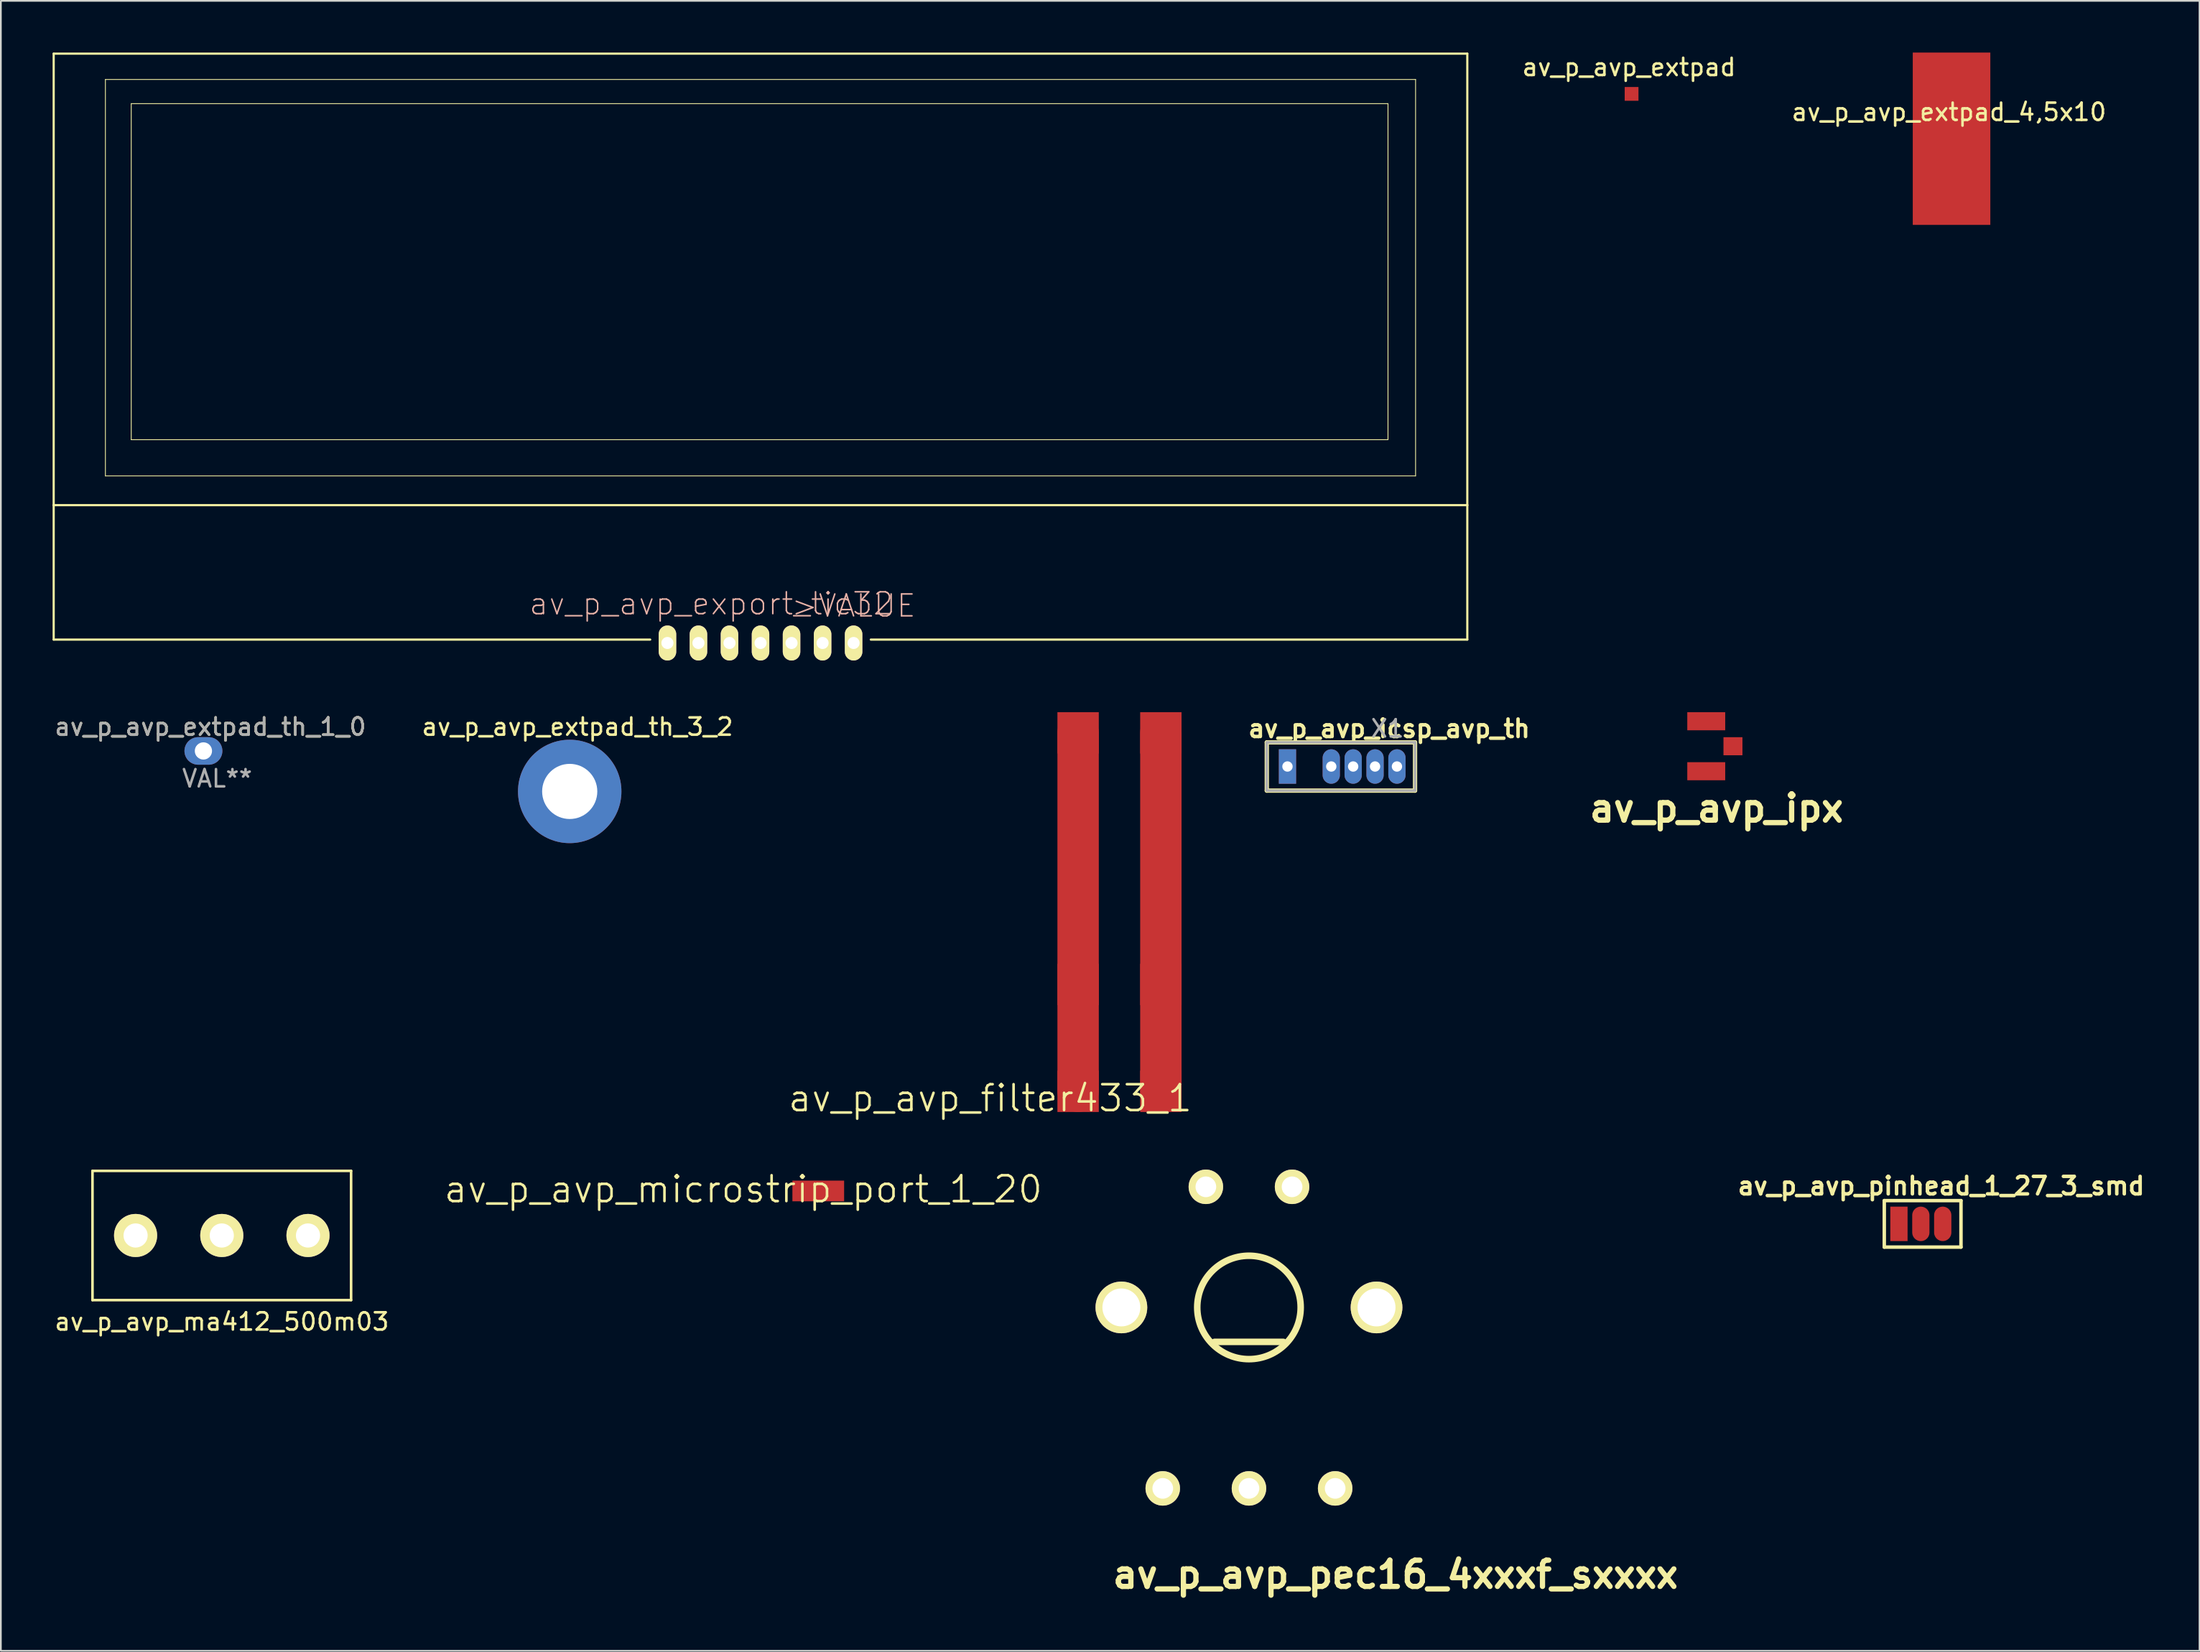
<source format=kicad_pcb>
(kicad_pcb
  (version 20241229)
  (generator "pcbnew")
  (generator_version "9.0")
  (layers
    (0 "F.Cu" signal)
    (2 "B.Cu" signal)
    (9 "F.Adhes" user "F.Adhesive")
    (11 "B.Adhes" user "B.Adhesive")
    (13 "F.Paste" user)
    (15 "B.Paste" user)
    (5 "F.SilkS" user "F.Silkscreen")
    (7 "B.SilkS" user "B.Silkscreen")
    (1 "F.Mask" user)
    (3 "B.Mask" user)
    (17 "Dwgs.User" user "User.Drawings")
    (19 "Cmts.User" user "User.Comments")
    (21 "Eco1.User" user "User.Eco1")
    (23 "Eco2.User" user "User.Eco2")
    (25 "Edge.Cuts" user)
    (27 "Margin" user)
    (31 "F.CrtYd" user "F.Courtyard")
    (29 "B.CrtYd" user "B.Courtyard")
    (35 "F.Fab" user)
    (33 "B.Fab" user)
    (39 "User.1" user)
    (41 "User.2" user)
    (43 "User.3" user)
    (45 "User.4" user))
  (footprint "av_p_avp_extpad_4,5x10"
    (layer "F.Cu")
    (at 110.148 5)
    (property "Reference" "av_p_avp_extpad_4,5x10" (at -0.15 -1.55 0) (layer "F.SilkS") (effects (font (size 1 1) (thickness 0.15))))
    (attr through_hole)
    (pad "1" smd rect (at 0 0) (size 4.5 10) (layers "F.Cu" "F.Mask" "F.Paste")))
  (footprint "av_p_avp_pinhead_1_27_3_smd"
    (layer "F.Cu")
    (at 107.097 67.969)
    (property "Reference" "av_p_avp_pinhead_1_27_3_smd" (at 2.451 -2.2 0) (layer "F.SilkS") (effects (font (size 1.016 1.016) (thickness 0.203))))
    (attr through_hole)
    (fp_line (start -0.851 -1.349) (end -0.851 1.349) (stroke (width 0.201) (type solid)) (layer "F.SilkS"))
    (fp_line (start -0.851 -1.349) (end 3.599 -1.349) (stroke (width 0.201) (type solid)) (layer "F.SilkS"))
    (fp_line (start 3.599 -1.349) (end 3.599 1.349) (stroke (width 0.201) (type solid)) (layer "F.SilkS"))
    (fp_line (start 3.599 1.349) (end -0.851 1.349) (stroke (width 0.201) (type solid)) (layer "F.SilkS"))
    (pad "1" smd rect (at 0 0) (size 1.001 1.999) (layers "F.Cu" "F.Mask" "F.Paste"))
    (pad "2" smd oval (at 1.27 0) (size 1.001 1.999) (layers "F.Cu" "F.Mask" "F.Paste"))
    (pad "3" smd oval (at 2.54 0) (size 1.001 1.999) (layers "F.Cu" "F.Mask" "F.Paste")))
  (footprint "av_p_avp_extpad"
    (layer "F.Cu")
    (at 91.589 2.398)
    (property "Reference" "av_p_avp_extpad" (at -0.15 -1.55 0) (layer "F.SilkS") (effects (font (size 1 1) (thickness 0.15))))
    (attr through_hole)
    (pad "1" smd rect (at 0 0) (size 0.8 0.8) (layers "F.Cu" "F.Mask" "F.Paste")))
  (footprint "av_p_avp_extpad_th_3_2"
    (layer "F.Cu")
    (at 29.996 42.876)
    (property "Reference" "av_p_avp_extpad_th_3_2" (at 0.45 -3.75 0) (layer "F.SilkS") (effects (font (size 1 1) (thickness 0.15))))
    (attr through_hole)
    (pad "1" thru_hole oval (at 0 0) (size 6 6) (drill 3.2) (layers "*.Cu" "*.Mask")))
  (footprint "av_p_avp_ma412_500m03"
    (layer "F.Cu")
    (at 9.815 68.644)
    (property "Reference" "av_p_avp_ma412_500m03" (at 0 5 0) (layer "F.SilkS") (effects (font (size 1 1) (thickness 0.15))))
    (attr through_hole)
    (fp_line (start -7.5 -3.75) (end 7.5 -3.75) (stroke (width 0.15) (type solid)) (layer "F.SilkS"))
    (fp_line (start -7.5 3.75) (end -7.5 -3.75) (stroke (width 0.15) (type solid)) (layer "F.SilkS"))
    (fp_line (start 7.5 -3.75) (end 7.5 3.75) (stroke (width 0.15) (type solid)) (layer "F.SilkS"))
    (fp_line (start 7.5 3.75) (end -7.5 3.75) (stroke (width 0.15) (type solid)) (layer "F.SilkS"))
    (pad "1" thru_hole circle (at -5 0) (size 2.5 2.5) (drill 1.4) (layers "*.Cu" "*.Mask" "F.SilkS"))
    (pad "2" thru_hole circle (at 0 0) (size 2.5 2.5) (drill 1.4) (layers "*.Cu" "*.Mask" "F.SilkS"))
    (pad "3" thru_hole circle (at 5 0) (size 2.5 2.5) (drill 1.4) (layers "*.Cu" "*.Mask" "F.SilkS")))
  (footprint "av_p_avp_filter433_1"
    (layer "F.Cu")
    (at 61.885 54.078)
    (property "Reference" "av_p_avp_filter433_1" (at -7.5 6.6 0) (layer "F.SilkS") (effects (font (size 1.5 1.5) (thickness 0.15))))
    (attr through_hole)
    (fp_line (start -2.4 6.2) (end -2.4 -14.6) (stroke (width 2.4) (type solid)) (layer "F.Cu"))
    (fp_line (start 2.4 -14.6) (end 2.4 6.2) (stroke (width 2.4) (type solid)) (layer "F.Cu"))
    (pad "1" smd rect (at -2.4 0) (size 2.4 2.4) (layers "F.Cu" "F.Mask" "F.Paste"))
    (pad "2" smd rect (at 2.4 0) (size 2.4 2.4) (layers "F.Cu" "F.Mask" "F.Paste"))
    (pad "3" smd rect (at -2.4 6.2) (size 2.4 2.4) (layers "F.Cu" "F.Mask" "F.Paste"))
    (pad "4" smd rect (at 2.4 6.2) (size 2.4 2.4) (layers "F.Cu" "F.Mask" "F.Paste"))
    (pad "5" smd rect (at -2.4 -14.6) (size 2.4 2.4) (layers "F.Cu" "F.Mask" "F.Paste"))
    (pad "6" smd rect (at 2.4 -14.6) (size 2.4 2.4) (layers "F.Cu" "F.Mask" "F.Paste")))
  (footprint "av_p_avp_ipx"
    (layer "F.Cu")
    (at 95.92 40.253)
    (property "Reference" "av_p_avp_ipx" (at 0.599 3.599 0) (layer "F.SilkS") (effects (font (size 1.524 1.524) (thickness 0.305))))
    (attr through_hole)
    (pad "1" smd rect (at 1.549 0) (size 1.1 1.049) (layers "F.Cu" "F.Mask" "F.Paste"))
    (pad "2" smd rect (at 0 -1.45) (size 2.2 1.049) (layers "F.Cu" "F.Mask" "F.Paste"))
    (pad "3" smd rect (at 0 1.45) (size 2.2 1.049) (layers "F.Cu" "F.Mask" "F.Paste")))
  (footprint "av_p_avp_icsp_avp_th"
    (layer "F.Cu")
    (at 71.629 41.429)
    (property "Reference" "av_p_avp_icsp_avp_th" (at 5.9 -2.2 0) (layer "F.SilkS") (effects (font (size 1.016 1.016) (thickness 0.203))))
    (attr through_hole)
    (fp_line (start -1.199 -1.399) (end 7.399 -1.399) (stroke (width 0.249) (type solid)) (layer "F.SilkS"))
    (fp_line (start -1.199 1.399) (end -1.199 -1.399) (stroke (width 0.249) (type solid)) (layer "F.SilkS"))
    (fp_line (start 7.399 -1.399) (end 7.399 1.399) (stroke (width 0.249) (type solid)) (layer "F.SilkS"))
    (fp_line (start 7.399 1.399) (end -1.199 1.399) (stroke (width 0.249) (type solid)) (layer "F.SilkS"))
    (fp_line (start -1.2 -1.4) (end 7.4 -1.4) (stroke (width 0.15) (type solid)) (layer "F.Fab"))
    (fp_line (start -1.2 1.4) (end -1.2 -1.4) (stroke (width 0.15) (type solid)) (layer "F.Fab"))
    (fp_line (start 7.4 -1.4) (end 7.4 1.4) (stroke (width 0.15) (type solid)) (layer "F.Fab"))
    (fp_line (start 7.4 1.4) (end -1.2 1.4) (stroke (width 0.15) (type solid)) (layer "F.Fab"))
    (fp_text user "X1" (at 5.8 -2.2 0) (layer "F.Fab") (effects (font (size 1 1) (thickness 0.15))))
    (pad "1" thru_hole rect (at 0 0) (size 1 2) (drill 0.6) (layers "*.Cu" "*.Mask"))
    (pad "2" thru_hole oval (at 2.54 0) (size 1 2) (drill 0.6) (layers "*.Cu" "*.Mask"))
    (pad "3" thru_hole oval (at 3.81 0) (size 1 2) (drill 0.6) (layers "*.Cu" "*.Mask"))
    (pad "4" thru_hole oval (at 5.08 0) (size 1 2) (drill 0.6) (layers "*.Cu" "*.Mask"))
    (pad "5" thru_hole oval (at 6.35 0) (size 1 2) (drill 0.6) (layers "*.Cu" "*.Mask")))
  (footprint "av_p_avp_extpad_th_1_0"
    (layer "F.Cu")
    (at 8.749 40.526)
    (property "Reference" "av_p_avp_extpad_th_1_0" (at 0.4 -1.4 0) (layer "F.SilkS") (effects (font (size 1 1) (thickness 0.15))))
    (property "Value" "VAL**" (at 0.8 1.6 0) (layer "F.SilkS") (hide yes) (effects (font (size 1 1) (thickness 0.15))))
    (attr through_hole)
    (fp_text user "${VALUE}" (at 0.8 1.6 0) (layer "F.Fab") (effects (font (size 1 1) (thickness 0.15))))
    (fp_text user "${REFERENCE}" (at 0.4 -1.4 0) (layer "F.Fab") (effects (font (size 1 1) (thickness 0.15))))
    (pad "1" thru_hole oval (at 0 0) (size 2.2 1.6) (drill 1) (layers "*.Cu" "*.Mask")))
  (footprint "av_p_avp_export_tic32"
    (layer "F.Cu")
    (at 46.462 34.262)
    (property "Reference" "av_p_avp_export_tic32" (at -8.255 -2.286 0) (layer "B.SilkS") (effects (font (size 1.27 1.27) (thickness 0.089))))
    (attr through_hole)
    (fp_line (start -46.398 -34.199) (end -46.398 -7.998) (stroke (width 0.127) (type solid)) (layer "F.SilkS"))
    (fp_line (start -46.398 -7.998) (end -46.398 -0.198) (stroke (width 0.127) (type solid)) (layer "F.SilkS"))
    (fp_line (start -46.398 -7.998) (end 35.598 -7.998) (stroke (width 0.127) (type solid)) (layer "F.SilkS"))
    (fp_line (start -46.398 -0.198) (end -11.798 -0.198) (stroke (width 0.127) (type solid)) (layer "F.SilkS"))
    (fp_line (start -43.398 -32.7) (end 32.598 -32.7) (stroke (width 0.048) (type solid)) (layer "F.SilkS"))
    (fp_line (start -43.398 -9.698) (end -43.398 -32.7) (stroke (width 0.048) (type solid)) (layer "F.SilkS"))
    (fp_line (start -41.9 -31.298) (end 30.998 -31.298) (stroke (width 0.048) (type solid)) (layer "F.SilkS"))
    (fp_line (start -41.9 -11.798) (end -41.9 -31.298) (stroke (width 0.048) (type solid)) (layer "F.SilkS"))
    (fp_line (start 0.998 -0.198) (end 35.598 -0.198) (stroke (width 0.127) (type solid)) (layer "F.SilkS"))
    (fp_line (start 30.998 -31.298) (end 30.998 -11.798) (stroke (width 0.048) (type solid)) (layer "F.SilkS"))
    (fp_line (start 30.998 -11.798) (end -41.9 -11.798) (stroke (width 0.048) (type solid)) (layer "F.SilkS"))
    (fp_line (start 32.598 -32.7) (end 32.598 -9.698) (stroke (width 0.048) (type solid)) (layer "F.SilkS"))
    (fp_line (start 32.598 -9.698) (end -43.398 -9.698) (stroke (width 0.048) (type solid)) (layer "F.SilkS"))
    (fp_line (start 35.598 -34.199) (end -46.398 -34.199) (stroke (width 0.127) (type solid)) (layer "F.SilkS"))
    (fp_line (start 35.598 -7.998) (end 35.598 -34.199) (stroke (width 0.127) (type solid)) (layer "F.SilkS"))
    (fp_line (start 35.598 -0.198) (end 35.598 -7.998) (stroke (width 0.127) (type solid)) (layer "F.SilkS"))
    (fp_text user ">VALUE" (at 0 -2.159 0) (layer "B.SilkS") (effects (font (size 1.27 1.27) (thickness 0.089))))
    (pad "1" thru_hole oval (at 0 0) (size 1.016 2.032) (drill 0.699) (layers "*.Cu" "F.Mask" "F.SilkS" "F.Paste"))
    (pad "2" thru_hole oval (at -1.798 0) (size 1.016 2.032) (drill 0.699) (layers "*.Cu" "F.Mask" "F.SilkS" "F.Paste"))
    (pad "3" thru_hole oval (at -3.599 0) (size 1.016 2.032) (drill 0.699) (layers "*.Cu" "F.Mask" "F.SilkS" "F.Paste"))
    (pad "4" thru_hole oval (at -5.397 0) (size 1.016 2.032) (drill 0.699) (layers "*.Cu" "F.Mask" "F.SilkS" "F.Paste"))
    (pad "5" thru_hole oval (at -7.198 0) (size 1.016 2.032) (drill 0.699) (layers "*.Cu" "F.Mask" "F.SilkS" "F.Paste"))
    (pad "6" thru_hole oval (at -8.999 0) (size 1.016 2.032) (drill 0.699) (layers "*.Cu" "F.Mask" "F.SilkS" "F.Paste"))
    (pad "7" thru_hole oval (at -10.797 0) (size 1.016 2.032) (drill 0.699) (layers "*.Cu" "F.Mask" "F.SilkS" "F.Paste")))
  (footprint "av_p_avp_microstrip_port_1_20"
    (layer "F.Cu")
    (at 44.413 66.06)
    (property "Reference" "av_p_avp_microstrip_port_1_20" (at -4.35 -0.1 0) (layer "F.SilkS") (effects (font (size 1.5 1.5) (thickness 0.15))))
    (attr through_hole)
    (pad "1" smd rect (at 0 0) (size 3 1.2) (layers "F.Cu" "F.Mask" "F.Paste")))
  (footprint "av_p_avp_pec16_4xxxf_sxxxx"
    (layer "F.Cu")
    (at 69.395 72.819)
    (property "Reference" "av_p_avp_pec16_4xxxf_sxxxx" (at 8.499 15.499 0) (layer "F.SilkS") (effects (font (size 1.524 1.524) (thickness 0.305))))
    (attr through_hole)
    (fp_line (start -1.999 1.999) (end 1.999 1.999) (stroke (width 0.381) (type solid)) (layer "F.SilkS"))
    (fp_circle (center 0 0) (end 3 0) (stroke (width 0.381) (type solid)) (fill no) (layer "F.SilkS"))
    (pad "1" thru_hole circle (at -5 10.5) (size 2 2) (drill 1.2) (layers "*.Cu" "*.Mask" "F.SilkS"))
    (pad "2" thru_hole circle (at 0 10.5) (size 2 2) (drill 1.2) (layers "*.Cu" "*.Mask" "F.SilkS"))
    (pad "3" thru_hole circle (at 5 10.5) (size 2 2) (drill 1.2) (layers "*.Cu" "*.Mask" "F.SilkS"))
    (pad "4" thru_hole circle (at -2.5 -7) (size 2 2) (drill 1.2) (layers "*.Cu" "*.Mask" "F.SilkS"))
    (pad "5" thru_hole circle (at 2.5 -7) (size 2 2) (drill 1.2) (layers "*.Cu" "*.Mask" "F.SilkS"))
    (pad "6" thru_hole circle (at -7.4 0) (size 3 3) (drill 2.2) (layers "*.Cu" "*.Mask" "F.SilkS"))
    (pad "7" thru_hole circle (at 7.4 0) (size 3 3) (drill 2.2) (layers "*.Cu" "*.Mask" "F.SilkS")))
  (gr_rect
    (start -3 -3)
    (end 124.532 92.744)
    (stroke (width 0.1) (type default))
    (fill no)
    (layer "Edge.Cuts")))
</source>
